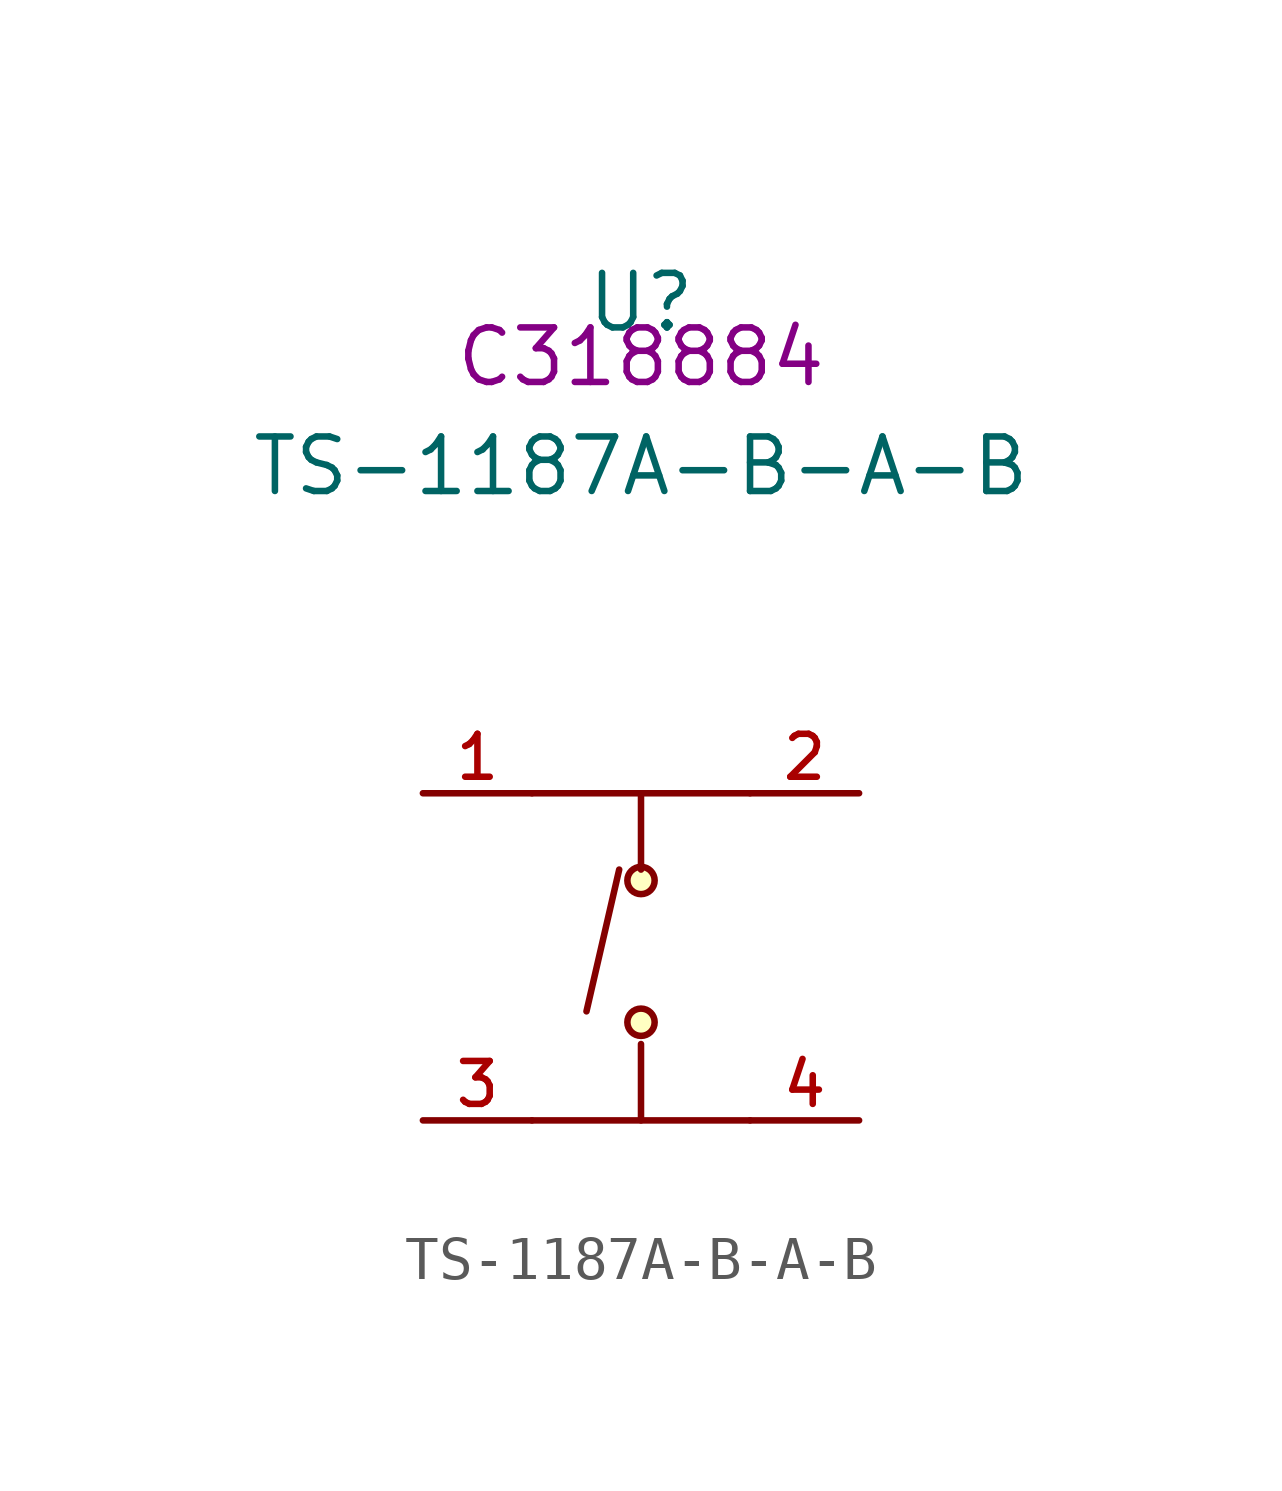
<source format=kicad_sym>
(kicad_symbol_lib
  (version 20210201)
  (generator TousstNicolas/JLC2KiCad_lib)
  (symbol "TS-1187A-B-A-B"
    (pin_names hide)
    (property "Reference" "U"
      (at 0 1.27 0)
      (effects (font (size 1.27 1.27))))
    (property "Value" "TS-1187A-B-A-B"
      (at 0 -2.54 0)
      (effects (font (size 1.27 1.27))))
    (property "LCSC" "C318884"
      (at 0 0 0)
      (effects (font (size 1.27 1.27))))
    (symbol "TS-1187A-B-A-B_0_0"
      (polyline (pts (xy -2.54 -17.78) (xy 2.54 -17.78)) (stroke (width 0) (type default) (color 0 0 0 0)) (fill (type none)))
      (polyline (pts (xy -2.54 -10.16) (xy 2.54 -10.16)) (stroke (width 0) (type default) (color 0 0 0 0)) (fill (type none)))
      (circle (center 0.0 -12.192) (radius 0.318) (stroke (width 0) (type default) (color 0 0 0 0)) (fill (type background)))
      (circle (center 0.0 -15.494) (radius 0.318) (stroke (width 0) (type default) (color 0 0 0 0)) (fill (type background)))
      (polyline (pts (xy 0.0 -11.938) (xy 0.0 -10.16)) (stroke (width 0) (type default) (color 0 0 0 0)) (fill (type none)))
      (polyline (pts (xy 0.0 -16.002) (xy 0.0 -17.78)) (stroke (width 0) (type default) (color 0 0 0 0)) (fill (type none)))
      (polyline (pts (xy -0.508 -11.938) (xy -1.27 -15.24)) (stroke (width 0) (type default) (color 0 0 0 0)) (fill (type none)))
      (pin unspecified line (at 5.08 -10.16 180) (length 2.54) (name "B" (effects (font (size 1 1)))) (number "2" (effects (font (size 1 1)))))
      (pin unspecified line (at -5.08 -10.16 0) (length 2.54) (name "A" (effects (font (size 1 1)))) (number "1" (effects (font (size 1 1)))))
      (pin unspecified line (at 5.08 -17.78 180) (length 2.54) (name "D" (effects (font (size 1 1)))) (number "4" (effects (font (size 1 1)))))
      (pin unspecified line (at -5.08 -17.78 0) (length 2.54) (name "C" (effects (font (size 1 1)))) (number "3" (effects (font (size 1 1))))))))
</source>
